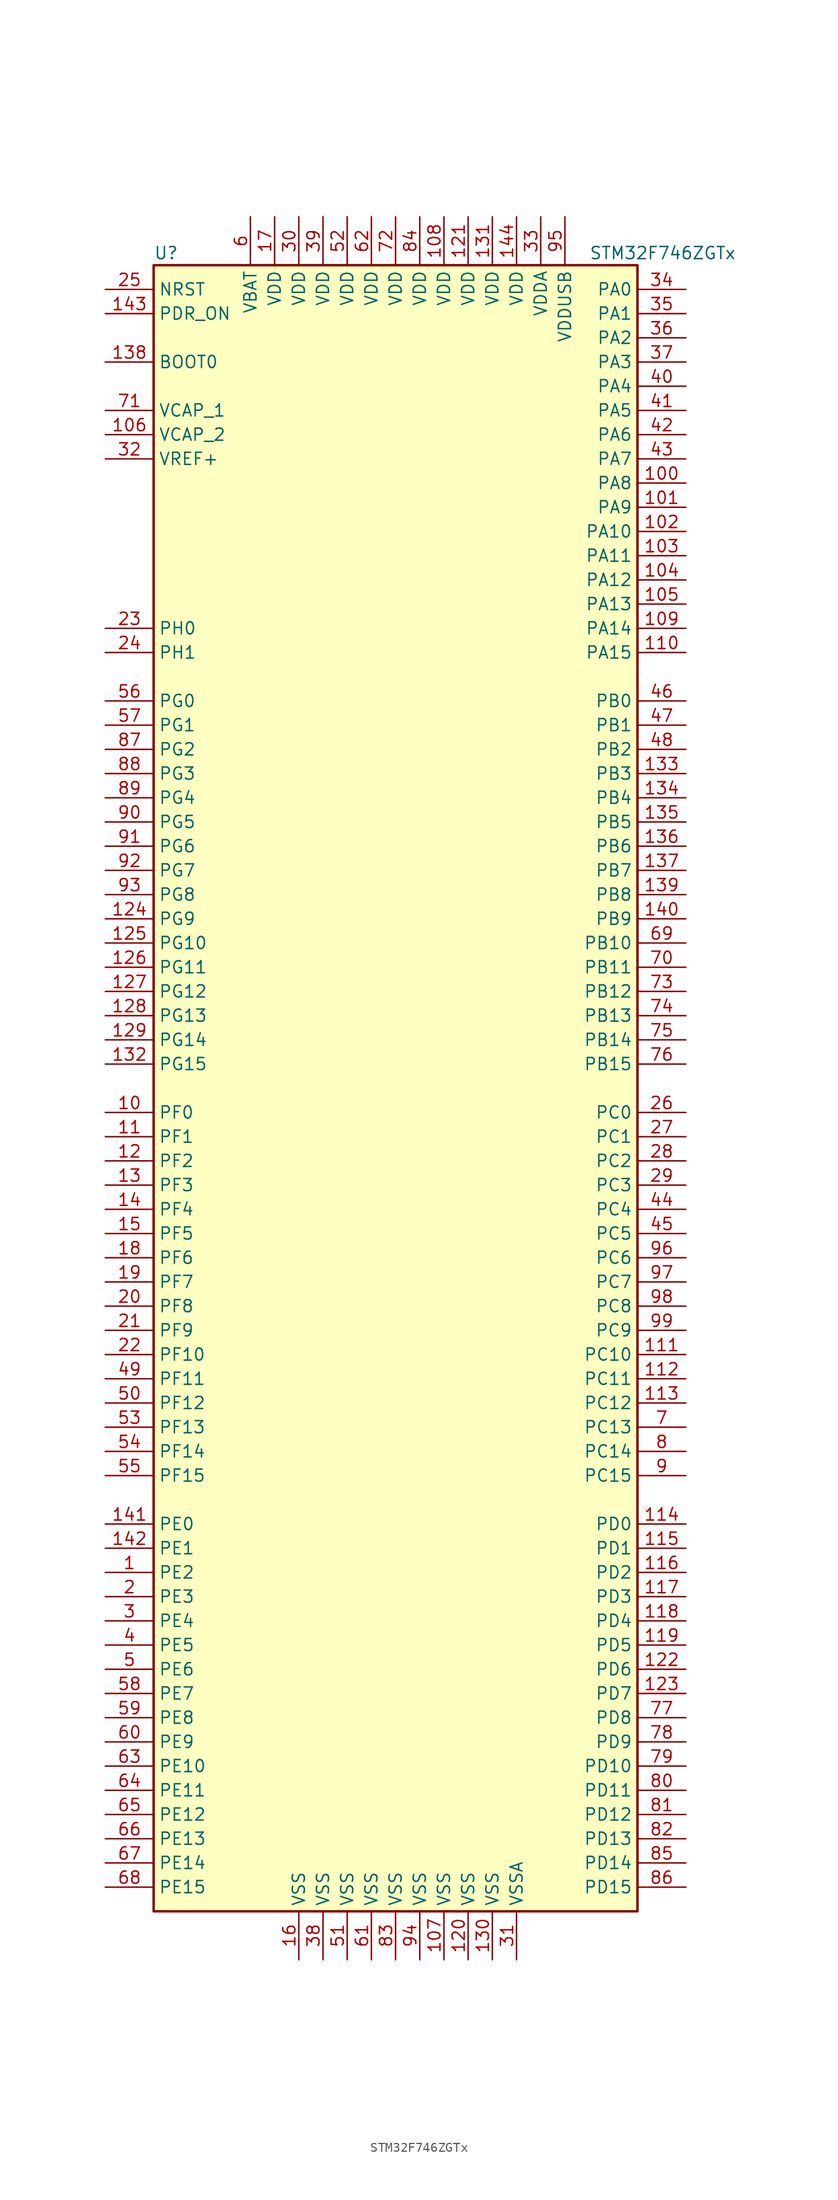
<source format=kicad_sym>
(kicad_symbol_lib
  (version 20201005)
  (generator kicad_symbol_editor)
  (symbol "STM32F746ZGTx"
    (property "Reference" "U"
      (at -25.4 87.63 0)
      (effects (font (size 1.27 1.27)) (justify left)))
    (property "Value" "STM32F746ZGTx"
      (at 20.32 87.63 0)
      (effects (font (size 1.27 1.27)) (justify left)))
    (symbol "STM32F746ZGTx_0_1"
      (rectangle (start -25.4 -86.36) (end 25.4 86.36) (stroke (width 0.254)) (fill (type background))))
    (symbol "STM32F746ZGTx_1_1"
      (pin bidirectional line (at -30.48 -50.8 0) (length 5.08) (name "PE2" (effects (font (size 1.27 1.27)))) (number "1" (effects (font (size 1.27 1.27)))))
      (pin bidirectional line (at -30.48 -2.54 0) (length 5.08) (name "PF0" (effects (font (size 1.27 1.27)))) (number "10" (effects (font (size 1.27 1.27)))))
      (pin bidirectional line (at 30.48 63.5 180) (length 5.08) (name "PA8" (effects (font (size 1.27 1.27)))) (number "100" (effects (font (size 1.27 1.27)))))
      (pin bidirectional line (at 30.48 60.96 180) (length 5.08) (name "PA9" (effects (font (size 1.27 1.27)))) (number "101" (effects (font (size 1.27 1.27)))))
      (pin bidirectional line (at 30.48 58.42 180) (length 5.08) (name "PA10" (effects (font (size 1.27 1.27)))) (number "102" (effects (font (size 1.27 1.27)))))
      (pin bidirectional line (at 30.48 55.88 180) (length 5.08) (name "PA11" (effects (font (size 1.27 1.27)))) (number "103" (effects (font (size 1.27 1.27)))))
      (pin bidirectional line (at 30.48 53.34 180) (length 5.08) (name "PA12" (effects (font (size 1.27 1.27)))) (number "104" (effects (font (size 1.27 1.27)))))
      (pin bidirectional line (at 30.48 50.8 180) (length 5.08) (name "PA13" (effects (font (size 1.27 1.27)))) (number "105" (effects (font (size 1.27 1.27)))))
      (pin power_in line (at -30.48 68.58 0) (length 5.08) (name "VCAP_2" (effects (font (size 1.27 1.27)))) (number "106" (effects (font (size 1.27 1.27)))))
      (pin power_in line (at 5.08 -91.44 90) (length 5.08) (name "VSS" (effects (font (size 1.27 1.27)))) (number "107" (effects (font (size 1.27 1.27)))))
      (pin power_in line (at 5.08 91.44 270) (length 5.08) (name "VDD" (effects (font (size 1.27 1.27)))) (number "108" (effects (font (size 1.27 1.27)))))
      (pin bidirectional line (at 30.48 48.26 180) (length 5.08) (name "PA14" (effects (font (size 1.27 1.27)))) (number "109" (effects (font (size 1.27 1.27)))))
      (pin bidirectional line (at -30.48 -5.08 0) (length 5.08) (name "PF1" (effects (font (size 1.27 1.27)))) (number "11" (effects (font (size 1.27 1.27)))))
      (pin bidirectional line (at 30.48 45.72 180) (length 5.08) (name "PA15" (effects (font (size 1.27 1.27)))) (number "110" (effects (font (size 1.27 1.27)))))
      (pin bidirectional line (at 30.48 -27.94 180) (length 5.08) (name "PC10" (effects (font (size 1.27 1.27)))) (number "111" (effects (font (size 1.27 1.27)))))
      (pin bidirectional line (at 30.48 -30.48 180) (length 5.08) (name "PC11" (effects (font (size 1.27 1.27)))) (number "112" (effects (font (size 1.27 1.27)))))
      (pin bidirectional line (at 30.48 -33.02 180) (length 5.08) (name "PC12" (effects (font (size 1.27 1.27)))) (number "113" (effects (font (size 1.27 1.27)))))
      (pin bidirectional line (at 30.48 -45.72 180) (length 5.08) (name "PD0" (effects (font (size 1.27 1.27)))) (number "114" (effects (font (size 1.27 1.27)))))
      (pin bidirectional line (at 30.48 -48.26 180) (length 5.08) (name "PD1" (effects (font (size 1.27 1.27)))) (number "115" (effects (font (size 1.27 1.27)))))
      (pin bidirectional line (at 30.48 -50.8 180) (length 5.08) (name "PD2" (effects (font (size 1.27 1.27)))) (number "116" (effects (font (size 1.27 1.27)))))
      (pin bidirectional line (at 30.48 -53.34 180) (length 5.08) (name "PD3" (effects (font (size 1.27 1.27)))) (number "117" (effects (font (size 1.27 1.27)))))
      (pin bidirectional line (at 30.48 -55.88 180) (length 5.08) (name "PD4" (effects (font (size 1.27 1.27)))) (number "118" (effects (font (size 1.27 1.27)))))
      (pin bidirectional line (at 30.48 -58.42 180) (length 5.08) (name "PD5" (effects (font (size 1.27 1.27)))) (number "119" (effects (font (size 1.27 1.27)))))
      (pin bidirectional line (at -30.48 -7.62 0) (length 5.08) (name "PF2" (effects (font (size 1.27 1.27)))) (number "12" (effects (font (size 1.27 1.27)))))
      (pin power_in line (at 7.62 -91.44 90) (length 5.08) (name "VSS" (effects (font (size 1.27 1.27)))) (number "120" (effects (font (size 1.27 1.27)))))
      (pin power_in line (at 7.62 91.44 270) (length 5.08) (name "VDD" (effects (font (size 1.27 1.27)))) (number "121" (effects (font (size 1.27 1.27)))))
      (pin bidirectional line (at 30.48 -60.96 180) (length 5.08) (name "PD6" (effects (font (size 1.27 1.27)))) (number "122" (effects (font (size 1.27 1.27)))))
      (pin bidirectional line (at 30.48 -63.5 180) (length 5.08) (name "PD7" (effects (font (size 1.27 1.27)))) (number "123" (effects (font (size 1.27 1.27)))))
      (pin bidirectional line (at -30.48 17.78 0) (length 5.08) (name "PG9" (effects (font (size 1.27 1.27)))) (number "124" (effects (font (size 1.27 1.27)))))
      (pin bidirectional line (at -30.48 15.24 0) (length 5.08) (name "PG10" (effects (font (size 1.27 1.27)))) (number "125" (effects (font (size 1.27 1.27)))))
      (pin bidirectional line (at -30.48 12.7 0) (length 5.08) (name "PG11" (effects (font (size 1.27 1.27)))) (number "126" (effects (font (size 1.27 1.27)))))
      (pin bidirectional line (at -30.48 10.16 0) (length 5.08) (name "PG12" (effects (font (size 1.27 1.27)))) (number "127" (effects (font (size 1.27 1.27)))))
      (pin bidirectional line (at -30.48 7.62 0) (length 5.08) (name "PG13" (effects (font (size 1.27 1.27)))) (number "128" (effects (font (size 1.27 1.27)))))
      (pin bidirectional line (at -30.48 5.08 0) (length 5.08) (name "PG14" (effects (font (size 1.27 1.27)))) (number "129" (effects (font (size 1.27 1.27)))))
      (pin bidirectional line (at -30.48 -10.16 0) (length 5.08) (name "PF3" (effects (font (size 1.27 1.27)))) (number "13" (effects (font (size 1.27 1.27)))))
      (pin power_in line (at 10.16 -91.44 90) (length 5.08) (name "VSS" (effects (font (size 1.27 1.27)))) (number "130" (effects (font (size 1.27 1.27)))))
      (pin power_in line (at 10.16 91.44 270) (length 5.08) (name "VDD" (effects (font (size 1.27 1.27)))) (number "131" (effects (font (size 1.27 1.27)))))
      (pin bidirectional line (at -30.48 2.54 0) (length 5.08) (name "PG15" (effects (font (size 1.27 1.27)))) (number "132" (effects (font (size 1.27 1.27)))))
      (pin bidirectional line (at 30.48 33.02 180) (length 5.08) (name "PB3" (effects (font (size 1.27 1.27)))) (number "133" (effects (font (size 1.27 1.27)))))
      (pin bidirectional line (at 30.48 30.48 180) (length 5.08) (name "PB4" (effects (font (size 1.27 1.27)))) (number "134" (effects (font (size 1.27 1.27)))))
      (pin bidirectional line (at 30.48 27.94 180) (length 5.08) (name "PB5" (effects (font (size 1.27 1.27)))) (number "135" (effects (font (size 1.27 1.27)))))
      (pin bidirectional line (at 30.48 25.4 180) (length 5.08) (name "PB6" (effects (font (size 1.27 1.27)))) (number "136" (effects (font (size 1.27 1.27)))))
      (pin bidirectional line (at 30.48 22.86 180) (length 5.08) (name "PB7" (effects (font (size 1.27 1.27)))) (number "137" (effects (font (size 1.27 1.27)))))
      (pin input line (at -30.48 76.2 0) (length 5.08) (name "BOOT0" (effects (font (size 1.27 1.27)))) (number "138" (effects (font (size 1.27 1.27)))))
      (pin bidirectional line (at 30.48 20.32 180) (length 5.08) (name "PB8" (effects (font (size 1.27 1.27)))) (number "139" (effects (font (size 1.27 1.27)))))
      (pin bidirectional line (at -30.48 -12.7 0) (length 5.08) (name "PF4" (effects (font (size 1.27 1.27)))) (number "14" (effects (font (size 1.27 1.27)))))
      (pin bidirectional line (at 30.48 17.78 180) (length 5.08) (name "PB9" (effects (font (size 1.27 1.27)))) (number "140" (effects (font (size 1.27 1.27)))))
      (pin bidirectional line (at -30.48 -45.72 0) (length 5.08) (name "PE0" (effects (font (size 1.27 1.27)))) (number "141" (effects (font (size 1.27 1.27)))))
      (pin bidirectional line (at -30.48 -48.26 0) (length 5.08) (name "PE1" (effects (font (size 1.27 1.27)))) (number "142" (effects (font (size 1.27 1.27)))))
      (pin input line (at -30.48 81.28 0) (length 5.08) (name "PDR_ON" (effects (font (size 1.27 1.27)))) (number "143" (effects (font (size 1.27 1.27)))))
      (pin power_in line (at 12.7 91.44 270) (length 5.08) (name "VDD" (effects (font (size 1.27 1.27)))) (number "144" (effects (font (size 1.27 1.27)))))
      (pin bidirectional line (at -30.48 -15.24 0) (length 5.08) (name "PF5" (effects (font (size 1.27 1.27)))) (number "15" (effects (font (size 1.27 1.27)))))
      (pin power_in line (at -10.16 -91.44 90) (length 5.08) (name "VSS" (effects (font (size 1.27 1.27)))) (number "16" (effects (font (size 1.27 1.27)))))
      (pin power_in line (at -12.7 91.44 270) (length 5.08) (name "VDD" (effects (font (size 1.27 1.27)))) (number "17" (effects (font (size 1.27 1.27)))))
      (pin bidirectional line (at -30.48 -17.78 0) (length 5.08) (name "PF6" (effects (font (size 1.27 1.27)))) (number "18" (effects (font (size 1.27 1.27)))))
      (pin bidirectional line (at -30.48 -20.32 0) (length 5.08) (name "PF7" (effects (font (size 1.27 1.27)))) (number "19" (effects (font (size 1.27 1.27)))))
      (pin bidirectional line (at -30.48 -53.34 0) (length 5.08) (name "PE3" (effects (font (size 1.27 1.27)))) (number "2" (effects (font (size 1.27 1.27)))))
      (pin bidirectional line (at -30.48 -22.86 0) (length 5.08) (name "PF8" (effects (font (size 1.27 1.27)))) (number "20" (effects (font (size 1.27 1.27)))))
      (pin bidirectional line (at -30.48 -25.4 0) (length 5.08) (name "PF9" (effects (font (size 1.27 1.27)))) (number "21" (effects (font (size 1.27 1.27)))))
      (pin bidirectional line (at -30.48 -27.94 0) (length 5.08) (name "PF10" (effects (font (size 1.27 1.27)))) (number "22" (effects (font (size 1.27 1.27)))))
      (pin input line (at -30.48 48.26 0) (length 5.08) (name "PH0" (effects (font (size 1.27 1.27)))) (number "23" (effects (font (size 1.27 1.27)))))
      (pin input line (at -30.48 45.72 0) (length 5.08) (name "PH1" (effects (font (size 1.27 1.27)))) (number "24" (effects (font (size 1.27 1.27)))))
      (pin input line (at -30.48 83.82 0) (length 5.08) (name "NRST" (effects (font (size 1.27 1.27)))) (number "25" (effects (font (size 1.27 1.27)))))
      (pin bidirectional line (at 30.48 -2.54 180) (length 5.08) (name "PC0" (effects (font (size 1.27 1.27)))) (number "26" (effects (font (size 1.27 1.27)))))
      (pin bidirectional line (at 30.48 -5.08 180) (length 5.08) (name "PC1" (effects (font (size 1.27 1.27)))) (number "27" (effects (font (size 1.27 1.27)))))
      (pin bidirectional line (at 30.48 -7.62 180) (length 5.08) (name "PC2" (effects (font (size 1.27 1.27)))) (number "28" (effects (font (size 1.27 1.27)))))
      (pin bidirectional line (at 30.48 -10.16 180) (length 5.08) (name "PC3" (effects (font (size 1.27 1.27)))) (number "29" (effects (font (size 1.27 1.27)))))
      (pin bidirectional line (at -30.48 -55.88 0) (length 5.08) (name "PE4" (effects (font (size 1.27 1.27)))) (number "3" (effects (font (size 1.27 1.27)))))
      (pin power_in line (at -10.16 91.44 270) (length 5.08) (name "VDD" (effects (font (size 1.27 1.27)))) (number "30" (effects (font (size 1.27 1.27)))))
      (pin power_in line (at 12.7 -91.44 90) (length 5.08) (name "VSSA" (effects (font (size 1.27 1.27)))) (number "31" (effects (font (size 1.27 1.27)))))
      (pin power_in line (at -30.48 66.04 0) (length 5.08) (name "VREF+" (effects (font (size 1.27 1.27)))) (number "32" (effects (font (size 1.27 1.27)))))
      (pin power_in line (at 15.24 91.44 270) (length 5.08) (name "VDDA" (effects (font (size 1.27 1.27)))) (number "33" (effects (font (size 1.27 1.27)))))
      (pin bidirectional line (at 30.48 83.82 180) (length 5.08) (name "PA0" (effects (font (size 1.27 1.27)))) (number "34" (effects (font (size 1.27 1.27)))))
      (pin bidirectional line (at 30.48 81.28 180) (length 5.08) (name "PA1" (effects (font (size 1.27 1.27)))) (number "35" (effects (font (size 1.27 1.27)))))
      (pin bidirectional line (at 30.48 78.74 180) (length 5.08) (name "PA2" (effects (font (size 1.27 1.27)))) (number "36" (effects (font (size 1.27 1.27)))))
      (pin bidirectional line (at 30.48 76.2 180) (length 5.08) (name "PA3" (effects (font (size 1.27 1.27)))) (number "37" (effects (font (size 1.27 1.27)))))
      (pin power_in line (at -7.62 -91.44 90) (length 5.08) (name "VSS" (effects (font (size 1.27 1.27)))) (number "38" (effects (font (size 1.27 1.27)))))
      (pin power_in line (at -7.62 91.44 270) (length 5.08) (name "VDD" (effects (font (size 1.27 1.27)))) (number "39" (effects (font (size 1.27 1.27)))))
      (pin bidirectional line (at -30.48 -58.42 0) (length 5.08) (name "PE5" (effects (font (size 1.27 1.27)))) (number "4" (effects (font (size 1.27 1.27)))))
      (pin bidirectional line (at 30.48 73.66 180) (length 5.08) (name "PA4" (effects (font (size 1.27 1.27)))) (number "40" (effects (font (size 1.27 1.27)))))
      (pin bidirectional line (at 30.48 71.12 180) (length 5.08) (name "PA5" (effects (font (size 1.27 1.27)))) (number "41" (effects (font (size 1.27 1.27)))))
      (pin bidirectional line (at 30.48 68.58 180) (length 5.08) (name "PA6" (effects (font (size 1.27 1.27)))) (number "42" (effects (font (size 1.27 1.27)))))
      (pin bidirectional line (at 30.48 66.04 180) (length 5.08) (name "PA7" (effects (font (size 1.27 1.27)))) (number "43" (effects (font (size 1.27 1.27)))))
      (pin bidirectional line (at 30.48 -12.7 180) (length 5.08) (name "PC4" (effects (font (size 1.27 1.27)))) (number "44" (effects (font (size 1.27 1.27)))))
      (pin bidirectional line (at 30.48 -15.24 180) (length 5.08) (name "PC5" (effects (font (size 1.27 1.27)))) (number "45" (effects (font (size 1.27 1.27)))))
      (pin bidirectional line (at 30.48 40.64 180) (length 5.08) (name "PB0" (effects (font (size 1.27 1.27)))) (number "46" (effects (font (size 1.27 1.27)))))
      (pin bidirectional line (at 30.48 38.1 180) (length 5.08) (name "PB1" (effects (font (size 1.27 1.27)))) (number "47" (effects (font (size 1.27 1.27)))))
      (pin bidirectional line (at 30.48 35.56 180) (length 5.08) (name "PB2" (effects (font (size 1.27 1.27)))) (number "48" (effects (font (size 1.27 1.27)))))
      (pin bidirectional line (at -30.48 -30.48 0) (length 5.08) (name "PF11" (effects (font (size 1.27 1.27)))) (number "49" (effects (font (size 1.27 1.27)))))
      (pin bidirectional line (at -30.48 -60.96 0) (length 5.08) (name "PE6" (effects (font (size 1.27 1.27)))) (number "5" (effects (font (size 1.27 1.27)))))
      (pin bidirectional line (at -30.48 -33.02 0) (length 5.08) (name "PF12" (effects (font (size 1.27 1.27)))) (number "50" (effects (font (size 1.27 1.27)))))
      (pin power_in line (at -5.08 -91.44 90) (length 5.08) (name "VSS" (effects (font (size 1.27 1.27)))) (number "51" (effects (font (size 1.27 1.27)))))
      (pin power_in line (at -5.08 91.44 270) (length 5.08) (name "VDD" (effects (font (size 1.27 1.27)))) (number "52" (effects (font (size 1.27 1.27)))))
      (pin bidirectional line (at -30.48 -35.56 0) (length 5.08) (name "PF13" (effects (font (size 1.27 1.27)))) (number "53" (effects (font (size 1.27 1.27)))))
      (pin bidirectional line (at -30.48 -38.1 0) (length 5.08) (name "PF14" (effects (font (size 1.27 1.27)))) (number "54" (effects (font (size 1.27 1.27)))))
      (pin bidirectional line (at -30.48 -40.64 0) (length 5.08) (name "PF15" (effects (font (size 1.27 1.27)))) (number "55" (effects (font (size 1.27 1.27)))))
      (pin bidirectional line (at -30.48 40.64 0) (length 5.08) (name "PG0" (effects (font (size 1.27 1.27)))) (number "56" (effects (font (size 1.27 1.27)))))
      (pin bidirectional line (at -30.48 38.1 0) (length 5.08) (name "PG1" (effects (font (size 1.27 1.27)))) (number "57" (effects (font (size 1.27 1.27)))))
      (pin bidirectional line (at -30.48 -63.5 0) (length 5.08) (name "PE7" (effects (font (size 1.27 1.27)))) (number "58" (effects (font (size 1.27 1.27)))))
      (pin bidirectional line (at -30.48 -66.04 0) (length 5.08) (name "PE8" (effects (font (size 1.27 1.27)))) (number "59" (effects (font (size 1.27 1.27)))))
      (pin power_in line (at -15.24 91.44 270) (length 5.08) (name "VBAT" (effects (font (size 1.27 1.27)))) (number "6" (effects (font (size 1.27 1.27)))))
      (pin bidirectional line (at -30.48 -68.58 0) (length 5.08) (name "PE9" (effects (font (size 1.27 1.27)))) (number "60" (effects (font (size 1.27 1.27)))))
      (pin power_in line (at -2.54 -91.44 90) (length 5.08) (name "VSS" (effects (font (size 1.27 1.27)))) (number "61" (effects (font (size 1.27 1.27)))))
      (pin power_in line (at -2.54 91.44 270) (length 5.08) (name "VDD" (effects (font (size 1.27 1.27)))) (number "62" (effects (font (size 1.27 1.27)))))
      (pin bidirectional line (at -30.48 -71.12 0) (length 5.08) (name "PE10" (effects (font (size 1.27 1.27)))) (number "63" (effects (font (size 1.27 1.27)))))
      (pin bidirectional line (at -30.48 -73.66 0) (length 5.08) (name "PE11" (effects (font (size 1.27 1.27)))) (number "64" (effects (font (size 1.27 1.27)))))
      (pin bidirectional line (at -30.48 -76.2 0) (length 5.08) (name "PE12" (effects (font (size 1.27 1.27)))) (number "65" (effects (font (size 1.27 1.27)))))
      (pin bidirectional line (at -30.48 -78.74 0) (length 5.08) (name "PE13" (effects (font (size 1.27 1.27)))) (number "66" (effects (font (size 1.27 1.27)))))
      (pin bidirectional line (at -30.48 -81.28 0) (length 5.08) (name "PE14" (effects (font (size 1.27 1.27)))) (number "67" (effects (font (size 1.27 1.27)))))
      (pin bidirectional line (at -30.48 -83.82 0) (length 5.08) (name "PE15" (effects (font (size 1.27 1.27)))) (number "68" (effects (font (size 1.27 1.27)))))
      (pin bidirectional line (at 30.48 15.24 180) (length 5.08) (name "PB10" (effects (font (size 1.27 1.27)))) (number "69" (effects (font (size 1.27 1.27)))))
      (pin bidirectional line (at 30.48 -35.56 180) (length 5.08) (name "PC13" (effects (font (size 1.27 1.27)))) (number "7" (effects (font (size 1.27 1.27)))))
      (pin bidirectional line (at 30.48 12.7 180) (length 5.08) (name "PB11" (effects (font (size 1.27 1.27)))) (number "70" (effects (font (size 1.27 1.27)))))
      (pin power_in line (at -30.48 71.12 0) (length 5.08) (name "VCAP_1" (effects (font (size 1.27 1.27)))) (number "71" (effects (font (size 1.27 1.27)))))
      (pin power_in line (at 0 91.44 270) (length 5.08) (name "VDD" (effects (font (size 1.27 1.27)))) (number "72" (effects (font (size 1.27 1.27)))))
      (pin bidirectional line (at 30.48 10.16 180) (length 5.08) (name "PB12" (effects (font (size 1.27 1.27)))) (number "73" (effects (font (size 1.27 1.27)))))
      (pin bidirectional line (at 30.48 7.62 180) (length 5.08) (name "PB13" (effects (font (size 1.27 1.27)))) (number "74" (effects (font (size 1.27 1.27)))))
      (pin bidirectional line (at 30.48 5.08 180) (length 5.08) (name "PB14" (effects (font (size 1.27 1.27)))) (number "75" (effects (font (size 1.27 1.27)))))
      (pin bidirectional line (at 30.48 2.54 180) (length 5.08) (name "PB15" (effects (font (size 1.27 1.27)))) (number "76" (effects (font (size 1.27 1.27)))))
      (pin bidirectional line (at 30.48 -66.04 180) (length 5.08) (name "PD8" (effects (font (size 1.27 1.27)))) (number "77" (effects (font (size 1.27 1.27)))))
      (pin bidirectional line (at 30.48 -68.58 180) (length 5.08) (name "PD9" (effects (font (size 1.27 1.27)))) (number "78" (effects (font (size 1.27 1.27)))))
      (pin bidirectional line (at 30.48 -71.12 180) (length 5.08) (name "PD10" (effects (font (size 1.27 1.27)))) (number "79" (effects (font (size 1.27 1.27)))))
      (pin bidirectional line (at 30.48 -38.1 180) (length 5.08) (name "PC14" (effects (font (size 1.27 1.27)))) (number "8" (effects (font (size 1.27 1.27)))))
      (pin bidirectional line (at 30.48 -73.66 180) (length 5.08) (name "PD11" (effects (font (size 1.27 1.27)))) (number "80" (effects (font (size 1.27 1.27)))))
      (pin bidirectional line (at 30.48 -76.2 180) (length 5.08) (name "PD12" (effects (font (size 1.27 1.27)))) (number "81" (effects (font (size 1.27 1.27)))))
      (pin bidirectional line (at 30.48 -78.74 180) (length 5.08) (name "PD13" (effects (font (size 1.27 1.27)))) (number "82" (effects (font (size 1.27 1.27)))))
      (pin power_in line (at 0 -91.44 90) (length 5.08) (name "VSS" (effects (font (size 1.27 1.27)))) (number "83" (effects (font (size 1.27 1.27)))))
      (pin power_in line (at 2.54 91.44 270) (length 5.08) (name "VDD" (effects (font (size 1.27 1.27)))) (number "84" (effects (font (size 1.27 1.27)))))
      (pin bidirectional line (at 30.48 -81.28 180) (length 5.08) (name "PD14" (effects (font (size 1.27 1.27)))) (number "85" (effects (font (size 1.27 1.27)))))
      (pin bidirectional line (at 30.48 -83.82 180) (length 5.08) (name "PD15" (effects (font (size 1.27 1.27)))) (number "86" (effects (font (size 1.27 1.27)))))
      (pin bidirectional line (at -30.48 35.56 0) (length 5.08) (name "PG2" (effects (font (size 1.27 1.27)))) (number "87" (effects (font (size 1.27 1.27)))))
      (pin bidirectional line (at -30.48 33.02 0) (length 5.08) (name "PG3" (effects (font (size 1.27 1.27)))) (number "88" (effects (font (size 1.27 1.27)))))
      (pin bidirectional line (at -30.48 30.48 0) (length 5.08) (name "PG4" (effects (font (size 1.27 1.27)))) (number "89" (effects (font (size 1.27 1.27)))))
      (pin bidirectional line (at 30.48 -40.64 180) (length 5.08) (name "PC15" (effects (font (size 1.27 1.27)))) (number "9" (effects (font (size 1.27 1.27)))))
      (pin bidirectional line (at -30.48 27.94 0) (length 5.08) (name "PG5" (effects (font (size 1.27 1.27)))) (number "90" (effects (font (size 1.27 1.27)))))
      (pin bidirectional line (at -30.48 25.4 0) (length 5.08) (name "PG6" (effects (font (size 1.27 1.27)))) (number "91" (effects (font (size 1.27 1.27)))))
      (pin bidirectional line (at -30.48 22.86 0) (length 5.08) (name "PG7" (effects (font (size 1.27 1.27)))) (number "92" (effects (font (size 1.27 1.27)))))
      (pin bidirectional line (at -30.48 20.32 0) (length 5.08) (name "PG8" (effects (font (size 1.27 1.27)))) (number "93" (effects (font (size 1.27 1.27)))))
      (pin power_in line (at 2.54 -91.44 90) (length 5.08) (name "VSS" (effects (font (size 1.27 1.27)))) (number "94" (effects (font (size 1.27 1.27)))))
      (pin power_in line (at 17.78 91.44 270) (length 5.08) (name "VDDUSB" (effects (font (size 1.27 1.27)))) (number "95" (effects (font (size 1.27 1.27)))))
      (pin bidirectional line (at 30.48 -17.78 180) (length 5.08) (name "PC6" (effects (font (size 1.27 1.27)))) (number "96" (effects (font (size 1.27 1.27)))))
      (pin bidirectional line (at 30.48 -20.32 180) (length 5.08) (name "PC7" (effects (font (size 1.27 1.27)))) (number "97" (effects (font (size 1.27 1.27)))))
      (pin bidirectional line (at 30.48 -22.86 180) (length 5.08) (name "PC8" (effects (font (size 1.27 1.27)))) (number "98" (effects (font (size 1.27 1.27)))))
      (pin bidirectional line (at 30.48 -25.4 180) (length 5.08) (name "PC9" (effects (font (size 1.27 1.27)))) (number "99" (effects (font (size 1.27 1.27))))))))
</source>
